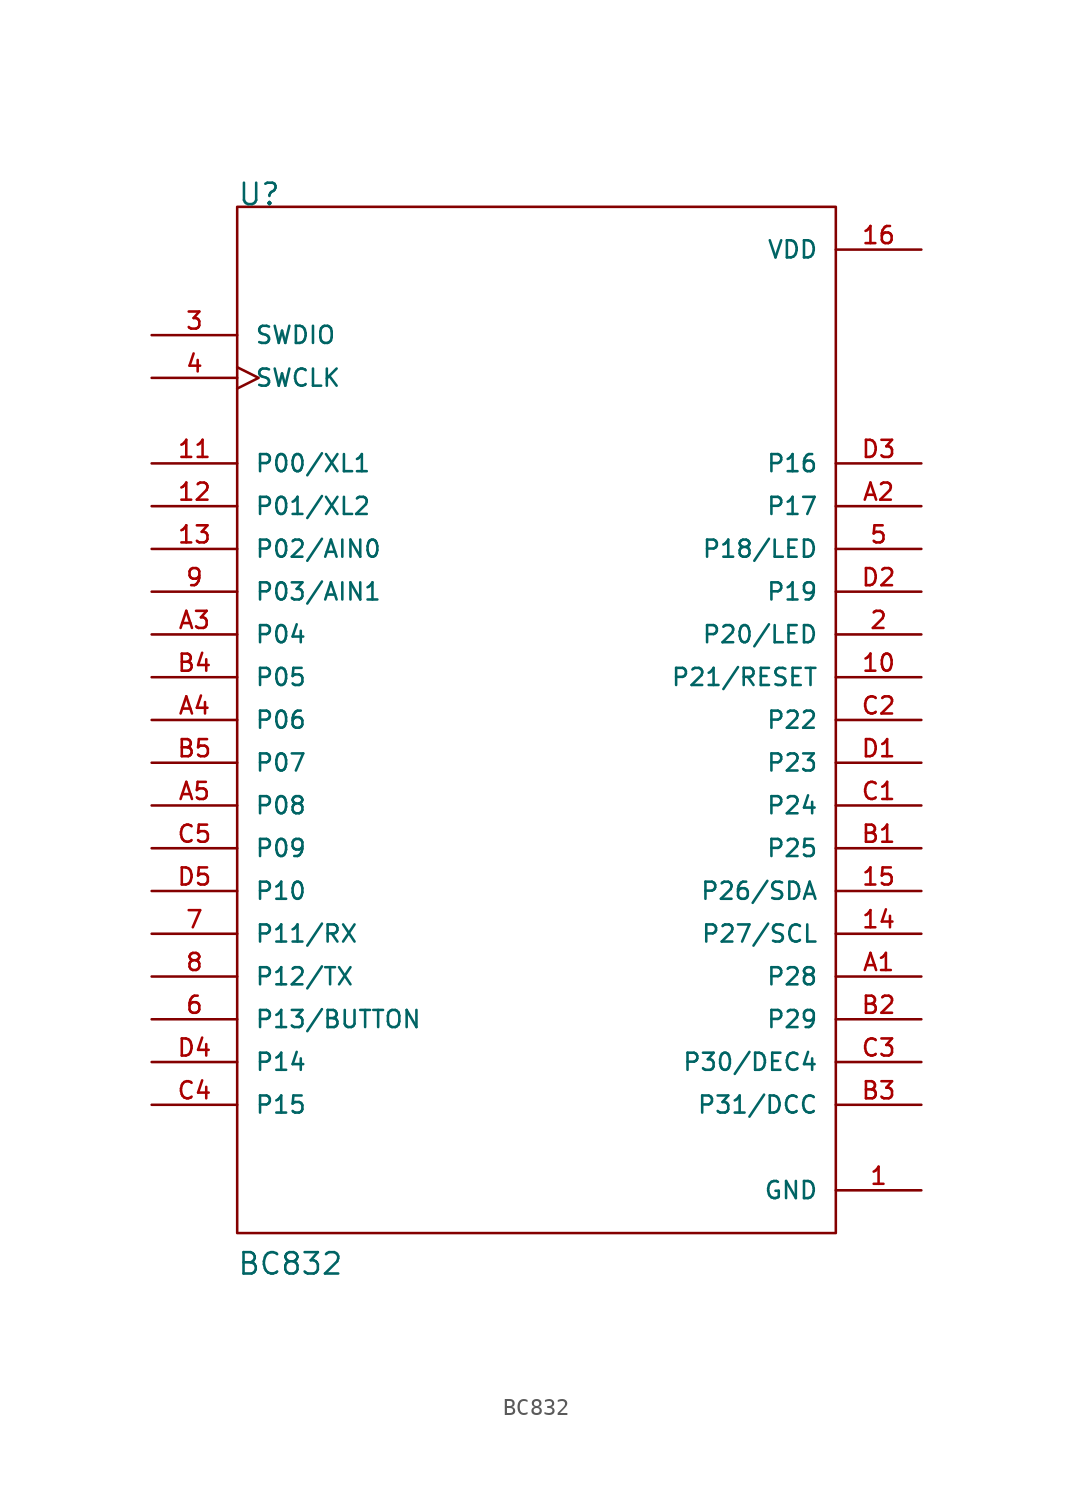
<source format=kicad_sym>
(kicad_symbol_lib
  (version 20220914)
  (generator kicad_symbol_editor)
  (symbol "BC832"
    (pin_names
      (offset 1.016))
    (property "Reference" "U"
      (at -17.78 30.48 0)
      (effects (font (size 1.27 1.27)) (justify left bottom)))
    (property "Value" "BC832"
      (at -17.805 -33.045 0)
      (effects (font (size 1.27 1.27)) (justify left bottom)))
    (property "ki_locked" ""
      (at 0 0 0)
      (effects (font (size 1.27 1.27))))
    (symbol "BC832_0_0"
      (pin power_in line (at 22.86 -27.94 180) (length 5.08) (name "GND" (effects (font (size 1.016 1.016)))) (number "1" (effects (font (size 1.016 1.016)))))
      (pin bidirectional line (at 22.86 2.54 180) (length 5.08) (name "P21/RESET" (effects (font (size 1.016 1.016)))) (number "10" (effects (font (size 1.016 1.016)))))
      (pin bidirectional line (at -22.86 15.24 0) (length 5.08) (name "P00/XL1" (effects (font (size 1.016 1.016)))) (number "11" (effects (font (size 1.016 1.016)))))
      (pin bidirectional line (at -22.86 12.7 0) (length 5.08) (name "P01/XL2" (effects (font (size 1.016 1.016)))) (number "12" (effects (font (size 1.016 1.016)))))
      (pin bidirectional line (at -22.86 10.16 0) (length 5.08) (name "P02/AIN0" (effects (font (size 1.016 1.016)))) (number "13" (effects (font (size 1.016 1.016)))))
      (pin bidirectional line (at 22.86 -12.7 180) (length 5.08) (name "P27/SCL" (effects (font (size 1.016 1.016)))) (number "14" (effects (font (size 1.016 1.016)))))
      (pin bidirectional line (at 22.86 -10.16 180) (length 5.08) (name "P26/SDA" (effects (font (size 1.016 1.016)))) (number "15" (effects (font (size 1.016 1.016)))))
      (pin power_in line (at 22.86 27.94 180) (length 5.08) (name "VDD" (effects (font (size 1.016 1.016)))) (number "16" (effects (font (size 1.016 1.016)))))
      (pin bidirectional line (at 22.86 5.08 180) (length 5.08) (name "P20/LED" (effects (font (size 1.016 1.016)))) (number "2" (effects (font (size 1.016 1.016)))))
      (pin bidirectional line (at -22.86 22.86 0) (length 5.08) (name "SWDIO" (effects (font (size 1.016 1.016)))) (number "3" (effects (font (size 1.016 1.016)))))
      (pin bidirectional clock (at -22.86 20.32 0) (length 5.08) (name "SWCLK" (effects (font (size 1.016 1.016)))) (number "4" (effects (font (size 1.016 1.016)))))
      (pin bidirectional line (at 22.86 10.16 180) (length 5.08) (name "P18/LED" (effects (font (size 1.016 1.016)))) (number "5" (effects (font (size 1.016 1.016)))))
      (pin bidirectional line (at -22.86 -17.78 0) (length 5.08) (name "P13/BUTTON" (effects (font (size 1.016 1.016)))) (number "6" (effects (font (size 1.016 1.016)))))
      (pin bidirectional line (at -22.86 -12.7 0) (length 5.08) (name "P11/RX" (effects (font (size 1.016 1.016)))) (number "7" (effects (font (size 1.016 1.016)))))
      (pin bidirectional line (at -22.86 -15.24 0) (length 5.08) (name "P12/TX" (effects (font (size 1.016 1.016)))) (number "8" (effects (font (size 1.016 1.016)))))
      (pin bidirectional line (at -22.86 7.62 0) (length 5.08) (name "P03/AIN1" (effects (font (size 1.016 1.016)))) (number "9" (effects (font (size 1.016 1.016)))))
      (pin bidirectional line (at 22.86 -15.24 180) (length 5.08) (name "P28" (effects (font (size 1.016 1.016)))) (number "A1" (effects (font (size 1.016 1.016)))))
      (pin bidirectional line (at 22.86 12.7 180) (length 5.08) (name "P17" (effects (font (size 1.016 1.016)))) (number "A2" (effects (font (size 1.016 1.016)))))
      (pin bidirectional line (at -22.86 5.08 0) (length 5.08) (name "P04" (effects (font (size 1.016 1.016)))) (number "A3" (effects (font (size 1.016 1.016)))))
      (pin bidirectional line (at -22.86 0 0) (length 5.08) (name "P06" (effects (font (size 1.016 1.016)))) (number "A4" (effects (font (size 1.016 1.016)))))
      (pin bidirectional line (at -22.86 -5.08 0) (length 5.08) (name "P08" (effects (font (size 1.016 1.016)))) (number "A5" (effects (font (size 1.016 1.016)))))
      (pin bidirectional line (at 22.86 -7.62 180) (length 5.08) (name "P25" (effects (font (size 1.016 1.016)))) (number "B1" (effects (font (size 1.016 1.016)))))
      (pin bidirectional line (at 22.86 -17.78 180) (length 5.08) (name "P29" (effects (font (size 1.016 1.016)))) (number "B2" (effects (font (size 1.016 1.016)))))
      (pin bidirectional line (at 22.86 -22.86 180) (length 5.08) (name "P31/DCC" (effects (font (size 1.016 1.016)))) (number "B3" (effects (font (size 1.016 1.016)))))
      (pin bidirectional line (at -22.86 2.54 0) (length 5.08) (name "P05" (effects (font (size 1.016 1.016)))) (number "B4" (effects (font (size 1.016 1.016)))))
      (pin bidirectional line (at -22.86 -2.54 0) (length 5.08) (name "P07" (effects (font (size 1.016 1.016)))) (number "B5" (effects (font (size 1.016 1.016)))))
      (pin bidirectional line (at 22.86 -5.08 180) (length 5.08) (name "P24" (effects (font (size 1.016 1.016)))) (number "C1" (effects (font (size 1.016 1.016)))))
      (pin bidirectional line (at 22.86 0 180) (length 5.08) (name "P22" (effects (font (size 1.016 1.016)))) (number "C2" (effects (font (size 1.016 1.016)))))
      (pin bidirectional line (at 22.86 -20.32 180) (length 5.08) (name "P30/DEC4" (effects (font (size 1.016 1.016)))) (number "C3" (effects (font (size 1.016 1.016)))))
      (pin bidirectional line (at -22.86 -22.86 0) (length 5.08) (name "P15" (effects (font (size 1.016 1.016)))) (number "C4" (effects (font (size 1.016 1.016)))))
      (pin bidirectional line (at -22.86 -7.62 0) (length 5.08) (name "P09" (effects (font (size 1.016 1.016)))) (number "C5" (effects (font (size 1.016 1.016)))))
      (pin bidirectional line (at 22.86 -2.54 180) (length 5.08) (name "P23" (effects (font (size 1.016 1.016)))) (number "D1" (effects (font (size 1.016 1.016)))))
      (pin bidirectional line (at 22.86 7.62 180) (length 5.08) (name "P19" (effects (font (size 1.016 1.016)))) (number "D2" (effects (font (size 1.016 1.016)))))
      (pin bidirectional line (at 22.86 15.24 180) (length 5.08) (name "P16" (effects (font (size 1.016 1.016)))) (number "D3" (effects (font (size 1.016 1.016)))))
      (pin bidirectional line (at -22.86 -20.32 0) (length 5.08) (name "P14" (effects (font (size 1.016 1.016)))) (number "D4" (effects (font (size 1.016 1.016)))))
      (pin bidirectional line (at -22.86 -10.16 0) (length 5.08) (name "P10" (effects (font (size 1.016 1.016)))) (number "D5" (effects (font (size 1.016 1.016))))))
    (symbol "BC832_0_1"
      (rectangle (start -17.78 30.48) (end 17.78 -30.48) (stroke (width 0) (type solid)) (fill (type none))))))
</source>
